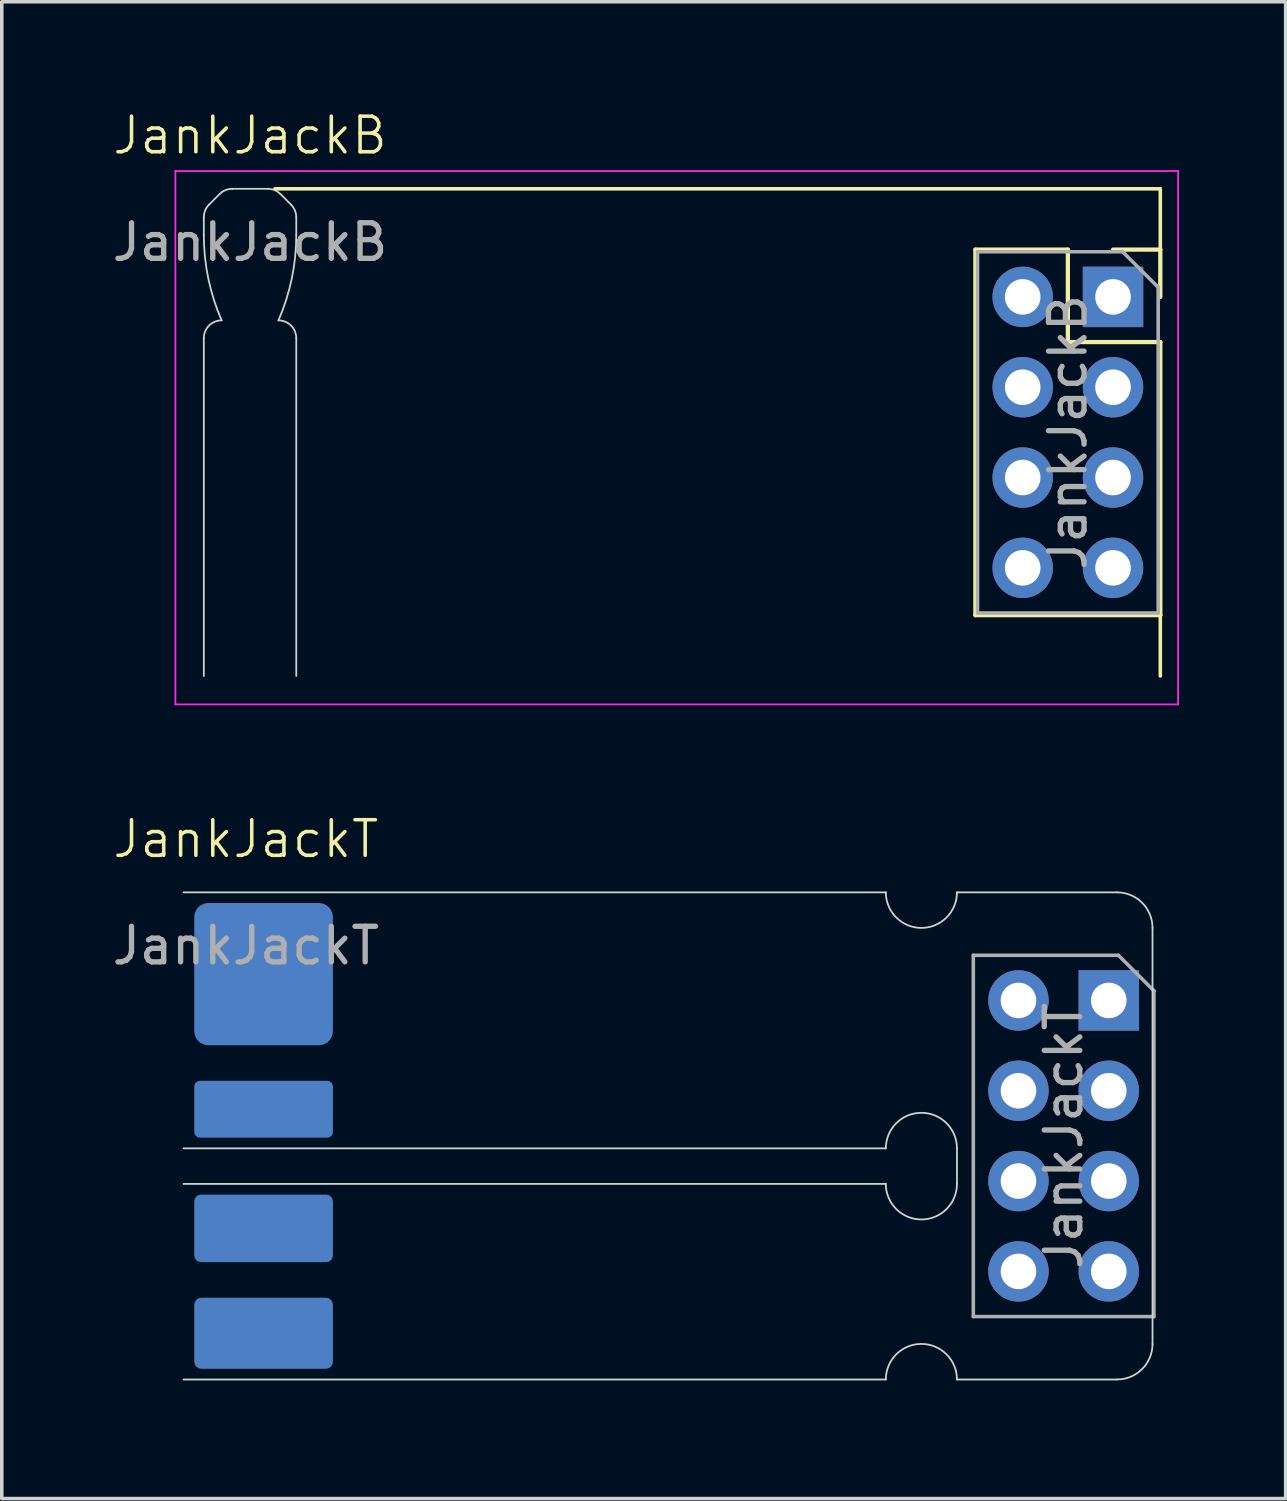
<source format=kicad_pcb>
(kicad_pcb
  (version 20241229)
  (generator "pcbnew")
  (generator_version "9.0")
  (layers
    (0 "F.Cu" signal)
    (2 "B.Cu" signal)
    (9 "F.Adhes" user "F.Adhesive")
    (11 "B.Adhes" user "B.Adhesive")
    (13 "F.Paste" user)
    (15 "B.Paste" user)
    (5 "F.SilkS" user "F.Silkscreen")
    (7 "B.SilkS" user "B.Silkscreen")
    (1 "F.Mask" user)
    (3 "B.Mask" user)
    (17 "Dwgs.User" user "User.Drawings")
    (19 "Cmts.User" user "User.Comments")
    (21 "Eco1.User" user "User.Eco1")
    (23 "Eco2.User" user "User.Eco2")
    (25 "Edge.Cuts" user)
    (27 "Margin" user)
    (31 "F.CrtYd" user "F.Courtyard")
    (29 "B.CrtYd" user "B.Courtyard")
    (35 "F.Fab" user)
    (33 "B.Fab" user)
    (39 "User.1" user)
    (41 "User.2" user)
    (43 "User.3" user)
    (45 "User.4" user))
  (footprint "JankJackT"
    (layer "F.Cu")
    (at 3.863 35.746)
    (property "Reference" "JankJackT" (at 0 -15.2 0) (unlocked yes) (layer "F.SilkS") (effects (font (size 1 1) (thickness 0.1))))
    (attr smd)
    (fp_rect (start -1.75 -13.7) (end 2.45 0) (stroke (width 0) (type solid)) (fill yes) (layer "B.Mask"))
    (fp_line (start -1.75 -13.7) (end 18 -13.7) (stroke (width 0.05) (type default)) (layer "Edge.Cuts"))
    (fp_line (start -1.75 -6.5) (end 18 -6.5) (stroke (width 0.05) (type default)) (layer "Edge.Cuts"))
    (fp_line (start -1.75 -5.5) (end 18 -5.5) (stroke (width 0.05) (type default)) (layer "Edge.Cuts"))
    (fp_line (start -1.75 0) (end 18 0) (stroke (width 0.05) (type default)) (layer "Edge.Cuts"))
    (fp_line (start 20 -13.7) (end 24.5 -13.7) (stroke (width 0.05) (type default)) (layer "Edge.Cuts"))
    (fp_line (start 20 -5.5) (end 20 -6.5) (stroke (width 0.05) (type default)) (layer "Edge.Cuts"))
    (fp_line (start 20 0) (end 24.5 0) (stroke (width 0.05) (type default)) (layer "Edge.Cuts"))
    (fp_line (start 25.5 -1) (end 25.5 -12.7) (stroke (width 0.05) (type default)) (layer "Edge.Cuts"))
    (fp_arc (start 18 -6.5) (mid 19 -7.5) (end 20 -6.5) (stroke (width 0.05) (type default)) (layer "Edge.Cuts"))
    (fp_arc (start 18 0) (mid 19 -1) (end 20 0) (stroke (width 0.05) (type default)) (layer "Edge.Cuts"))
    (fp_arc (start 20 -13.7) (mid 19 -12.7) (end 18 -13.7) (stroke (width 0.05) (type default)) (layer "Edge.Cuts"))
    (fp_arc (start 20 -5.5) (mid 19 -4.5) (end 18 -5.5) (stroke (width 0.05) (type default)) (layer "Edge.Cuts"))
    (fp_arc (start 24.5 -13.7) (mid 25.207107 -13.407107) (end 25.5 -12.7) (stroke (width 0.05) (type default)) (layer "Edge.Cuts"))
    (fp_arc (start 25.5 -1) (mid 25.207107 -0.292893) (end 24.5 0) (stroke (width 0.05) (type default)) (layer "Edge.Cuts"))
    (fp_line (start 20.46 -11.93) (end 24.54 -11.93) (stroke (width 0.1) (type solid)) (layer "F.Fab"))
    (fp_line (start 20.46 -1.77) (end 20.46 -11.93) (stroke (width 0.1) (type solid)) (layer "F.Fab"))
    (fp_line (start 24.54 -11.93) (end 25.54 -10.93) (stroke (width 0.1) (type solid)) (layer "F.Fab"))
    (fp_line (start 25.54 -10.93) (end 25.54 -1.77) (stroke (width 0.1) (type solid)) (layer "F.Fab"))
    (fp_line (start 25.54 -1.77) (end 20.46 -1.77) (stroke (width 0.1) (type solid)) (layer "F.Fab"))
    (fp_line (start -1.3 -13) (end -0.6 -13.7) (stroke (width 0.1) (type default)) (layer "User.2"))
    (fp_line (start -1.3 -12.4) (end -1.3 -13) (stroke (width 0.1) (type default)) (layer "User.2"))
    (fp_line (start -1.3 0) (end 1.3 0) (stroke (width 0.1) (type default)) (layer "User.2"))
    (fp_line (start -1.3 0.3) (end -1.3 -9.7) (stroke (width 0.1) (type default)) (layer "User.2"))
    (fp_line (start -0.799 -10) (end -1.3 -9.7) (stroke (width 0.1) (type default)) (layer "User.2"))
    (fp_line (start -0.6 -13.7) (end 0.6 -13.7) (stroke (width 0.1) (type default)) (layer "User.2"))
    (fp_line (start 0 0.3) (end 0 -13.7) (stroke (width 0.1) (type dash)) (layer "User.2"))
    (fp_line (start 0.799 -10) (end 1.3 -9.7) (stroke (width 0.1) (type default)) (layer "User.2"))
    (fp_line (start 1.3 -13) (end 0.6 -13.7) (stroke (width 0.1) (type default)) (layer "User.2"))
    (fp_line (start 1.3 -13) (end 1.3 -12.4) (stroke (width 0.1) (type default)) (layer "User.2"))
    (fp_line (start 1.3 0.3) (end 1.3 -9.7) (stroke (width 0.1) (type default)) (layer "User.2"))
    (fp_arc (start -0.799236 -10.000333) (mid -1.173475 -11.17432) (end -1.3 -12.4) (stroke (width 0.1) (type default)) (layer "User.2"))
    (fp_arc (start 1.3 -12.4) (mid 1.173475 -11.17432) (end 0.799236 -10.000333) (stroke (width 0.1) (type default)) (layer "User.2"))
    (fp_line (start -1.75 -6.5) (end -1.75 -13.7) (stroke (width 0.05) (type default)) (layer "User.3"))
    (fp_line (start -1.75 0) (end -1.75 -5.5) (stroke (width 0.05) (type default)) (layer "User.3"))
    (fp_text user "${REFERENCE}" (at 0 -12.2 0) (unlocked yes) (layer "F.Fab") (effects (font (size 1 1) (thickness 0.15))))
    (fp_text user "${REFERENCE}" (at 23 -6.85 90) (layer "F.Fab") (effects (font (size 1 1) (thickness 0.15))))
    (pad "R1" smd roundrect (at 0.5 -7.6 270) (size 1.6 3.9) (layers "B.Cu" "B.Mask" "B.Paste") (roundrect_rratio 0.1))
    (pad "R1" thru_hole oval (at 21.73 -8.12) (size 1.7 1.7) (drill 1) (layers "*.Cu" "*.Mask"))
    (pad "R1" thru_hole oval (at 24.27 -8.12) (size 1.7 1.7) (drill 1) (layers "*.Cu" "*.Mask"))
    (pad "R2" smd roundrect (at 0.5 -4.25 270) (size 1.9 3.9) (layers "B.Cu" "B.Mask" "B.Paste") (roundrect_rratio 0.1))
    (pad "R2" thru_hole oval (at 21.73 -5.58) (size 1.7 1.7) (drill 1) (layers "*.Cu" "*.Mask"))
    (pad "R2" thru_hole oval (at 24.27 -5.58) (size 1.7 1.7) (drill 1) (layers "*.Cu" "*.Mask"))
    (pad "S" smd roundrect (at 0.5 -1.3 270) (size 2 3.9) (layers "B.Cu" "B.Mask" "B.Paste") (roundrect_rratio 0.1))
    (pad "S" thru_hole oval (at 21.73 -3.04) (size 1.7 1.7) (drill 1) (layers "*.Cu" "*.Mask"))
    (pad "S" thru_hole oval (at 24.27 -3.04) (size 1.7 1.7) (drill 1) (layers "*.Cu" "*.Mask"))
    (pad "T" smd roundrect (at 0.5 -11.4 270) (size 4 3.9) (layers "B.Cu" "B.Mask" "B.Paste") (roundrect_rratio 0.1))
    (pad "T" thru_hole oval (at 21.73 -10.66) (size 1.7 1.7) (drill 1) (layers "*.Cu" "*.Mask"))
    (pad "T" thru_hole rect (at 24.27 -10.66) (size 1.7 1.7) (drill 1) (layers "*.Cu" "*.Mask")))
  (footprint "JankJackB"
    (layer "F.Cu")
    (at 3.982 15.96)
    (property "Reference" "JankJackB" (at 0 -15.2 0) (unlocked yes) (layer "F.SilkS") (effects (font (size 1 1) (thickness 0.1))))
    (attr smd)
    (fp_line (start 0.7 -13.7) (end 25.6 -13.7) (stroke (width 0.1) (type default)) (layer "F.SilkS"))
    (fp_line (start 20.4 -11.99) (end 20.4 -1.71) (stroke (width 0.12) (type solid)) (layer "F.SilkS"))
    (fp_line (start 20.4 -11.99) (end 23 -11.99) (stroke (width 0.12) (type solid)) (layer "F.SilkS"))
    (fp_line (start 20.4 -1.71) (end 25.6 -1.71) (stroke (width 0.12) (type solid)) (layer "F.SilkS"))
    (fp_line (start 23 -11.99) (end 23 -9.39) (stroke (width 0.12) (type solid)) (layer "F.SilkS"))
    (fp_line (start 23 -9.39) (end 25.6 -9.39) (stroke (width 0.12) (type solid)) (layer "F.SilkS"))
    (fp_line (start 24.27 -11.99) (end 25.6 -11.99) (stroke (width 0.12) (type solid)) (layer "F.SilkS"))
    (fp_line (start 25.6 -13.7) (end 25.6 -11.99) (stroke (width 0.1) (type default)) (layer "F.SilkS"))
    (fp_line (start 25.6 -11.99) (end 25.6 -10.66) (stroke (width 0.12) (type solid)) (layer "F.SilkS"))
    (fp_line (start 25.6 -9.39) (end 25.6 -1.71) (stroke (width 0.12) (type solid)) (layer "F.SilkS"))
    (fp_line (start 25.6 -1.71) (end 25.6 0) (stroke (width 0.1) (type default)) (layer "F.SilkS"))
    (fp_line (start -1.3 -12.4) (end -1.3 -12.9) (stroke (width 0.05) (type default)) (layer "Edge.Cuts"))
    (fp_line (start -1.3 -9.5) (end -1.3 0) (stroke (width 0.05) (type default)) (layer "Edge.Cuts"))
    (fp_line (start -1.154 -13.254) (end -0.854 -13.554) (stroke (width 0.05) (type default)) (layer "Edge.Cuts"))
    (fp_line (start 0.5 -13.7) (end -0.5 -13.7) (stroke (width 0.05) (type default)) (layer "Edge.Cuts"))
    (fp_line (start 0.854 -13.554) (end 1.154 -13.254) (stroke (width 0.05) (type default)) (layer "Edge.Cuts"))
    (fp_line (start 1.3 -12.4) (end 1.3 -12.9) (stroke (width 0.05) (type default)) (layer "Edge.Cuts"))
    (fp_line (start 1.3 -9.5) (end 1.3 0) (stroke (width 0.05) (type default)) (layer "Edge.Cuts"))
    (fp_arc (start -1.3 -12.9) (mid -1.26194 -13.091342) (end -1.153553 -13.253553) (stroke (width 0.05) (type default)) (layer "Edge.Cuts"))
    (fp_arc (start -1.3 -9.5) (mid -1.153284 -9.853823) (end -0.799237 -9.999999) (stroke (width 0.05) (type default)) (layer "Edge.Cuts"))
    (fp_arc (start -0.853553 -13.553553) (mid -0.691341 -13.661939) (end -0.5 -13.7) (stroke (width 0.05) (type default)) (layer "Edge.Cuts"))
    (fp_arc (start -0.799236 -10.000333) (mid -1.173475 -11.17432) (end -1.3 -12.4) (stroke (width 0.05) (type default)) (layer "Edge.Cuts"))
    (fp_arc (start 0.5 -13.7) (mid 0.691342 -13.66194) (end 0.853553 -13.553553) (stroke (width 0.05) (type default)) (layer "Edge.Cuts"))
    (fp_arc (start 0.799237 -9.999999) (mid 1.153283 -9.853823) (end 1.3 -9.5) (stroke (width 0.05) (type default)) (layer "Edge.Cuts"))
    (fp_arc (start 1.153553 -13.253553) (mid 1.261939 -13.091342) (end 1.3 -12.9) (stroke (width 0.05) (type default)) (layer "Edge.Cuts"))
    (fp_arc (start 1.3 -12.4) (mid 1.173475 -11.17432) (end 0.799236 -10.000333) (stroke (width 0.05) (type default)) (layer "Edge.Cuts"))
    (fp_line (start -2.1 -14.2) (end 26.1 -14.2) (stroke (width 0.05) (type default)) (layer "F.CrtYd"))
    (fp_line (start -2.1 0.8) (end -2.1 -14.2) (stroke (width 0.05) (type default)) (layer "F.CrtYd"))
    (fp_line (start -2.1 0.8) (end 26.1 0.8) (stroke (width 0.05) (type default)) (layer "F.CrtYd"))
    (fp_line (start 26.1 0.8) (end 26.1 -14.2) (stroke (width 0.05) (type default)) (layer "F.CrtYd"))
    (fp_line (start 20.46 -11.93) (end 24.54 -11.93) (stroke (width 0.1) (type solid)) (layer "F.Fab"))
    (fp_line (start 20.46 -1.77) (end 20.46 -11.93) (stroke (width 0.1) (type solid)) (layer "F.Fab"))
    (fp_line (start 24.54 -11.93) (end 25.54 -10.93) (stroke (width 0.1) (type solid)) (layer "F.Fab"))
    (fp_line (start 25.54 -10.93) (end 25.54 -1.77) (stroke (width 0.1) (type solid)) (layer "F.Fab"))
    (fp_line (start 25.54 -1.77) (end 20.46 -1.77) (stroke (width 0.1) (type solid)) (layer "F.Fab"))
    (fp_line (start -1.3 -13) (end -0.6 -13.7) (stroke (width 0.1) (type default)) (layer "User.2"))
    (fp_line (start -1.3 -12.4) (end -1.3 -13) (stroke (width 0.1) (type default)) (layer "User.2"))
    (fp_line (start -1.3 0) (end 1.3 0) (stroke (width 0.1) (type default)) (layer "User.2"))
    (fp_line (start -1.3 0.3) (end -1.3 -9.7) (stroke (width 0.1) (type default)) (layer "User.2"))
    (fp_line (start -0.799 -10) (end -1.3 -9.7) (stroke (width 0.1) (type default)) (layer "User.2"))
    (fp_line (start -0.6 -13.7) (end 0.6 -13.7) (stroke (width 0.1) (type default)) (layer "User.2"))
    (fp_line (start 0 0.3) (end 0 -13.7) (stroke (width 0.1) (type dash)) (layer "User.2"))
    (fp_line (start 0.799 -10) (end 1.3 -9.7) (stroke (width 0.1) (type default)) (layer "User.2"))
    (fp_line (start 1.3 -13) (end 0.6 -13.7) (stroke (width 0.1) (type default)) (layer "User.2"))
    (fp_line (start 1.3 -13) (end 1.3 -12.4) (stroke (width 0.1) (type default)) (layer "User.2"))
    (fp_line (start 1.3 0.3) (end 1.3 -9.7) (stroke (width 0.1) (type default)) (layer "User.2"))
    (fp_arc (start -0.799236 -10.000333) (mid -1.173475 -11.17432) (end -1.3 -12.4) (stroke (width 0.1) (type default)) (layer "User.2"))
    (fp_arc (start 1.3 -12.4) (mid 1.173475 -11.17432) (end 0.799236 -10.000333) (stroke (width 0.1) (type default)) (layer "User.2"))
    (fp_text user "${REFERENCE}" (at 0 -12.2 0) (unlocked yes) (layer "F.Fab") (effects (font (size 1 1) (thickness 0.15))))
    (fp_text user "${REFERENCE}" (at 23 -6.85 90) (layer "F.Fab") (effects (font (size 1 1) (thickness 0.15))))
    (pad "R1" thru_hole oval (at 21.73 -8.12) (size 1.7 1.7) (drill 1) (layers "*.Cu" "*.Mask"))
    (pad "R1" thru_hole oval (at 24.27 -8.12) (size 1.7 1.7) (drill 1) (layers "*.Cu" "*.Mask"))
    (pad "R2" thru_hole oval (at 21.73 -5.58) (size 1.7 1.7) (drill 1) (layers "*.Cu" "*.Mask"))
    (pad "R2" thru_hole oval (at 24.27 -5.58) (size 1.7 1.7) (drill 1) (layers "*.Cu" "*.Mask"))
    (pad "S" thru_hole oval (at 21.73 -3.04) (size 1.7 1.7) (drill 1) (layers "*.Cu" "*.Mask"))
    (pad "S" thru_hole oval (at 24.27 -3.04) (size 1.7 1.7) (drill 1) (layers "*.Cu" "*.Mask"))
    (pad "T" thru_hole oval (at 21.73 -10.66) (size 1.7 1.7) (drill 1) (layers "*.Cu" "*.Mask"))
    (pad "T" thru_hole rect (at 24.27 -10.66) (size 1.7 1.7) (drill 1) (layers "*.Cu" "*.Mask")))
  (gr_rect
    (start -3 -3)
    (end 33.107 39.096)
    (stroke (width 0.1) (type default))
    (fill no)
    (layer "Edge.Cuts")))
</source>
